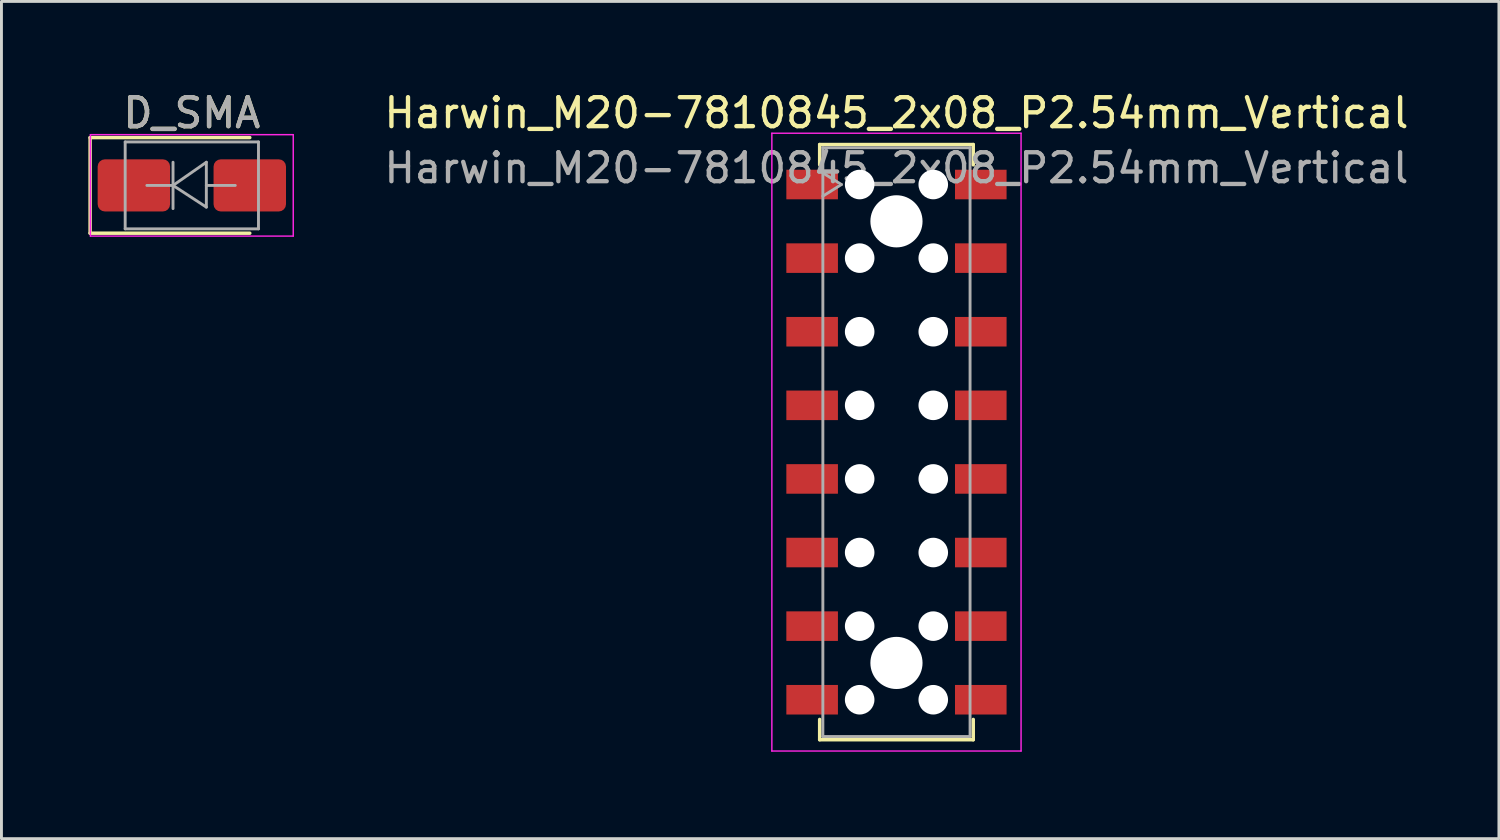
<source format=kicad_pcb>
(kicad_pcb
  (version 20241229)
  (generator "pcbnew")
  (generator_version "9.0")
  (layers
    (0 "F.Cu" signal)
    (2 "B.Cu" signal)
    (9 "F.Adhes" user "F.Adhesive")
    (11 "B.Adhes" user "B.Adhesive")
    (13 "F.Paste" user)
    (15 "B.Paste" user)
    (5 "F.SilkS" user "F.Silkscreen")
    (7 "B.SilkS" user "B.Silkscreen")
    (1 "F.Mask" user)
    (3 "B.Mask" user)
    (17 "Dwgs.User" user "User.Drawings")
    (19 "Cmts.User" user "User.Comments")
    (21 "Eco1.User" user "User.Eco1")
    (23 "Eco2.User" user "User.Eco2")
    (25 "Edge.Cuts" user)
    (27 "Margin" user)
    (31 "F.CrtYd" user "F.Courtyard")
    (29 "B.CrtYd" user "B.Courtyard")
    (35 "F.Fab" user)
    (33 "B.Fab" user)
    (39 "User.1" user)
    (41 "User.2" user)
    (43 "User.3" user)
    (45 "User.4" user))
  (footprint "D_SMA"
    (layer "F.Cu")
    (at 3.57 3.348)
    (property "Reference" "D_SMA" (at 0 -2.5 0) (layer "F.SilkS") (effects (font (size 1 1) (thickness 0.15))))
    (attr smd)
    (fp_line (start -3.51 -1.65) (end -3.51 1.65) (stroke (width 0.12) (type solid)) (layer "F.SilkS"))
    (fp_line (start -3.51 -1.65) (end 2 -1.65) (stroke (width 0.12) (type solid)) (layer "F.SilkS"))
    (fp_line (start -3.51 1.65) (end 2 1.65) (stroke (width 0.12) (type solid)) (layer "F.SilkS"))
    (fp_line (start -3.5 -1.75) (end 3.5 -1.75) (stroke (width 0.05) (type solid)) (layer "F.CrtYd"))
    (fp_line (start -3.5 1.75) (end -3.5 -1.75) (stroke (width 0.05) (type solid)) (layer "F.CrtYd"))
    (fp_line (start 3.5 -1.75) (end 3.5 1.75) (stroke (width 0.05) (type solid)) (layer "F.CrtYd"))
    (fp_line (start 3.5 1.75) (end -3.5 1.75) (stroke (width 0.05) (type solid)) (layer "F.CrtYd"))
    (fp_line (start -2.3 1.5) (end -2.3 -1.5) (stroke (width 0.1) (type solid)) (layer "F.Fab"))
    (fp_line (start -0.649 -0.799) (end -0.649 0.801) (stroke (width 0.1) (type solid)) (layer "F.Fab"))
    (fp_line (start -0.649 0.001) (end -1.551 0.001) (stroke (width 0.1) (type solid)) (layer "F.Fab"))
    (fp_line (start -0.649 0.001) (end 0.501 -0.799) (stroke (width 0.1) (type solid)) (layer "F.Fab"))
    (fp_line (start -0.649 0.001) (end 0.501 0.75) (stroke (width 0.1) (type solid)) (layer "F.Fab"))
    (fp_line (start 0.501 0.001) (end 1.499 0.001) (stroke (width 0.1) (type solid)) (layer "F.Fab"))
    (fp_line (start 0.501 0.75) (end 0.501 -0.799) (stroke (width 0.1) (type solid)) (layer "F.Fab"))
    (fp_line (start 2.3 -1.5) (end -2.3 -1.5) (stroke (width 0.1) (type solid)) (layer "F.Fab"))
    (fp_line (start 2.3 -1.5) (end 2.3 1.5) (stroke (width 0.1) (type solid)) (layer "F.Fab"))
    (fp_line (start 2.3 1.5) (end -2.3 1.5) (stroke (width 0.1) (type solid)) (layer "F.Fab"))
    (fp_text user "${REFERENCE}" (at 0 -2.5 0) (layer "F.Fab") (effects (font (size 1 1) (thickness 0.15))))
    (pad "1" smd roundrect (at -2 0) (size 2.5 1.8) (layers "F.Cu" "F.Mask" "F.Paste") (roundrect_rratio 0.139))
    (pad "2" smd roundrect (at 2 0) (size 2.5 1.8) (layers "F.Cu" "F.Mask" "F.Paste") (roundrect_rratio 0.139)))
  (footprint "Harwin_M20-7810845_2x08_P2.54mm_Vertical"
    (layer "F.Cu")
    (at 27.887 12.208)
    (property "Reference" "Harwin_M20-7810845_2x08_P2.54mm_Vertical" (at 0 -11.36 0) (layer "F.SilkS") (effects (font (size 1 1) (thickness 0.15))))
    (attr smd)
    (fp_line (start -2.65 -10.27) (end 2.65 -10.27) (stroke (width 0.12) (type solid)) (layer "F.SilkS"))
    (fp_line (start -2.65 -9.57) (end -2.65 -10.27) (stroke (width 0.12) (type solid)) (layer "F.SilkS"))
    (fp_line (start -2.65 9.57) (end -2.65 10.27) (stroke (width 0.12) (type solid)) (layer "F.SilkS"))
    (fp_line (start -2.65 10.27) (end 2.65 10.27) (stroke (width 0.12) (type solid)) (layer "F.SilkS"))
    (fp_line (start 2.65 -10.27) (end 2.65 -9.57) (stroke (width 0.12) (type solid)) (layer "F.SilkS"))
    (fp_line (start 2.65 10.27) (end 2.65 9.57) (stroke (width 0.12) (type solid)) (layer "F.SilkS"))
    (fp_line (start -4.3 -10.66) (end 4.3 -10.66) (stroke (width 0.05) (type solid)) (layer "F.CrtYd"))
    (fp_line (start -4.3 10.66) (end -4.3 -10.66) (stroke (width 0.05) (type solid)) (layer "F.CrtYd"))
    (fp_line (start 4.3 -10.66) (end 4.3 10.66) (stroke (width 0.05) (type solid)) (layer "F.CrtYd"))
    (fp_line (start 4.3 10.66) (end -4.3 10.66) (stroke (width 0.05) (type solid)) (layer "F.CrtYd"))
    (fp_line (start -2.54 -10.16) (end 2.54 -10.16) (stroke (width 0.1) (type solid)) (layer "F.Fab"))
    (fp_line (start -2.54 -9.29) (end -1.9 -8.89) (stroke (width 0.1) (type solid)) (layer "F.Fab"))
    (fp_line (start -2.54 10.16) (end -2.54 -10.16) (stroke (width 0.1) (type solid)) (layer "F.Fab"))
    (fp_line (start -1.9 -8.89) (end -2.54 -8.49) (stroke (width 0.1) (type solid)) (layer "F.Fab"))
    (fp_line (start 2.54 -10.16) (end 2.54 10.16) (stroke (width 0.1) (type solid)) (layer "F.Fab"))
    (fp_line (start 2.54 10.16) (end -2.54 10.16) (stroke (width 0.1) (type solid)) (layer "F.Fab"))
    (fp_text user "${REFERENCE}" (at 0 -9.46 0) (layer "F.Fab") (effects (font (size 1 1) (thickness 0.15))))
    (pad "" np_thru_hole circle (at -1.27 -8.89) (size 1.02 1.02) (drill 1.02) (layers "*.Cu" "*.Mask"))
    (pad "" np_thru_hole circle (at -1.27 -6.35) (size 1.02 1.02) (drill 1.02) (layers "*.Cu" "*.Mask"))
    (pad "" np_thru_hole circle (at -1.27 -3.81) (size 1.02 1.02) (drill 1.02) (layers "*.Cu" "*.Mask"))
    (pad "" np_thru_hole circle (at -1.27 -1.27) (size 1.02 1.02) (drill 1.02) (layers "*.Cu" "*.Mask"))
    (pad "" np_thru_hole circle (at -1.27 1.27) (size 1.02 1.02) (drill 1.02) (layers "*.Cu" "*.Mask"))
    (pad "" np_thru_hole circle (at -1.27 3.81) (size 1.02 1.02) (drill 1.02) (layers "*.Cu" "*.Mask"))
    (pad "" np_thru_hole circle (at -1.27 6.35) (size 1.02 1.02) (drill 1.02) (layers "*.Cu" "*.Mask"))
    (pad "" np_thru_hole circle (at -1.27 8.89) (size 1.02 1.02) (drill 1.02) (layers "*.Cu" "*.Mask"))
    (pad "" np_thru_hole circle (at 0 -7.62) (size 1.8 1.8) (drill 1.8) (layers "*.Cu" "*.Mask"))
    (pad "" np_thru_hole circle (at 0 7.62) (size 1.8 1.8) (drill 1.8) (layers "*.Cu" "*.Mask"))
    (pad "" np_thru_hole circle (at 1.27 -8.89) (size 1.02 1.02) (drill 1.02) (layers "*.Cu" "*.Mask"))
    (pad "" np_thru_hole circle (at 1.27 -6.35) (size 1.02 1.02) (drill 1.02) (layers "*.Cu" "*.Mask"))
    (pad "" np_thru_hole circle (at 1.27 -3.81) (size 1.02 1.02) (drill 1.02) (layers "*.Cu" "*.Mask"))
    (pad "" np_thru_hole circle (at 1.27 -1.27) (size 1.02 1.02) (drill 1.02) (layers "*.Cu" "*.Mask"))
    (pad "" np_thru_hole circle (at 1.27 1.27) (size 1.02 1.02) (drill 1.02) (layers "*.Cu" "*.Mask"))
    (pad "" np_thru_hole circle (at 1.27 3.81) (size 1.02 1.02) (drill 1.02) (layers "*.Cu" "*.Mask"))
    (pad "" np_thru_hole circle (at 1.27 6.35) (size 1.02 1.02) (drill 1.02) (layers "*.Cu" "*.Mask"))
    (pad "" np_thru_hole circle (at 1.27 8.89) (size 1.02 1.02) (drill 1.02) (layers "*.Cu" "*.Mask"))
    (pad "1" smd rect (at -2.91 -8.89) (size 1.78 1.02) (layers "F.Cu" "F.Mask" "F.Paste"))
    (pad "1" smd rect (at 2.91 -8.89) (size 1.78 1.02) (layers "F.Cu" "F.Mask" "F.Paste"))
    (pad "2" smd rect (at -2.91 -6.35) (size 1.78 1.02) (layers "F.Cu" "F.Mask" "F.Paste"))
    (pad "2" smd rect (at 2.91 -6.35) (size 1.78 1.02) (layers "F.Cu" "F.Mask" "F.Paste"))
    (pad "3" smd rect (at -2.91 -3.81) (size 1.78 1.02) (layers "F.Cu" "F.Mask" "F.Paste"))
    (pad "3" smd rect (at 2.91 -3.81) (size 1.78 1.02) (layers "F.Cu" "F.Mask" "F.Paste"))
    (pad "4" smd rect (at -2.91 -1.27) (size 1.78 1.02) (layers "F.Cu" "F.Mask" "F.Paste"))
    (pad "4" smd rect (at 2.91 -1.27) (size 1.78 1.02) (layers "F.Cu" "F.Mask" "F.Paste"))
    (pad "5" smd rect (at -2.91 1.27) (size 1.78 1.02) (layers "F.Cu" "F.Mask" "F.Paste"))
    (pad "5" smd rect (at 2.91 1.27) (size 1.78 1.02) (layers "F.Cu" "F.Mask" "F.Paste"))
    (pad "6" smd rect (at -2.91 3.81) (size 1.78 1.02) (layers "F.Cu" "F.Mask" "F.Paste"))
    (pad "6" smd rect (at 2.91 3.81) (size 1.78 1.02) (layers "F.Cu" "F.Mask" "F.Paste"))
    (pad "7" smd rect (at -2.91 6.35) (size 1.78 1.02) (layers "F.Cu" "F.Mask" "F.Paste"))
    (pad "7" smd rect (at 2.91 6.35) (size 1.78 1.02) (layers "F.Cu" "F.Mask" "F.Paste"))
    (pad "8" smd rect (at -2.91 8.89) (size 1.78 1.02) (layers "F.Cu" "F.Mask" "F.Paste"))
    (pad "8" smd rect (at 2.91 8.89) (size 1.78 1.02) (layers "F.Cu" "F.Mask" "F.Paste")))
  (gr_rect
    (start -3 -3)
    (end 48.678 25.893)
    (stroke (width 0.1) (type default))
    (fill no)
    (layer "Edge.Cuts")))
</source>
